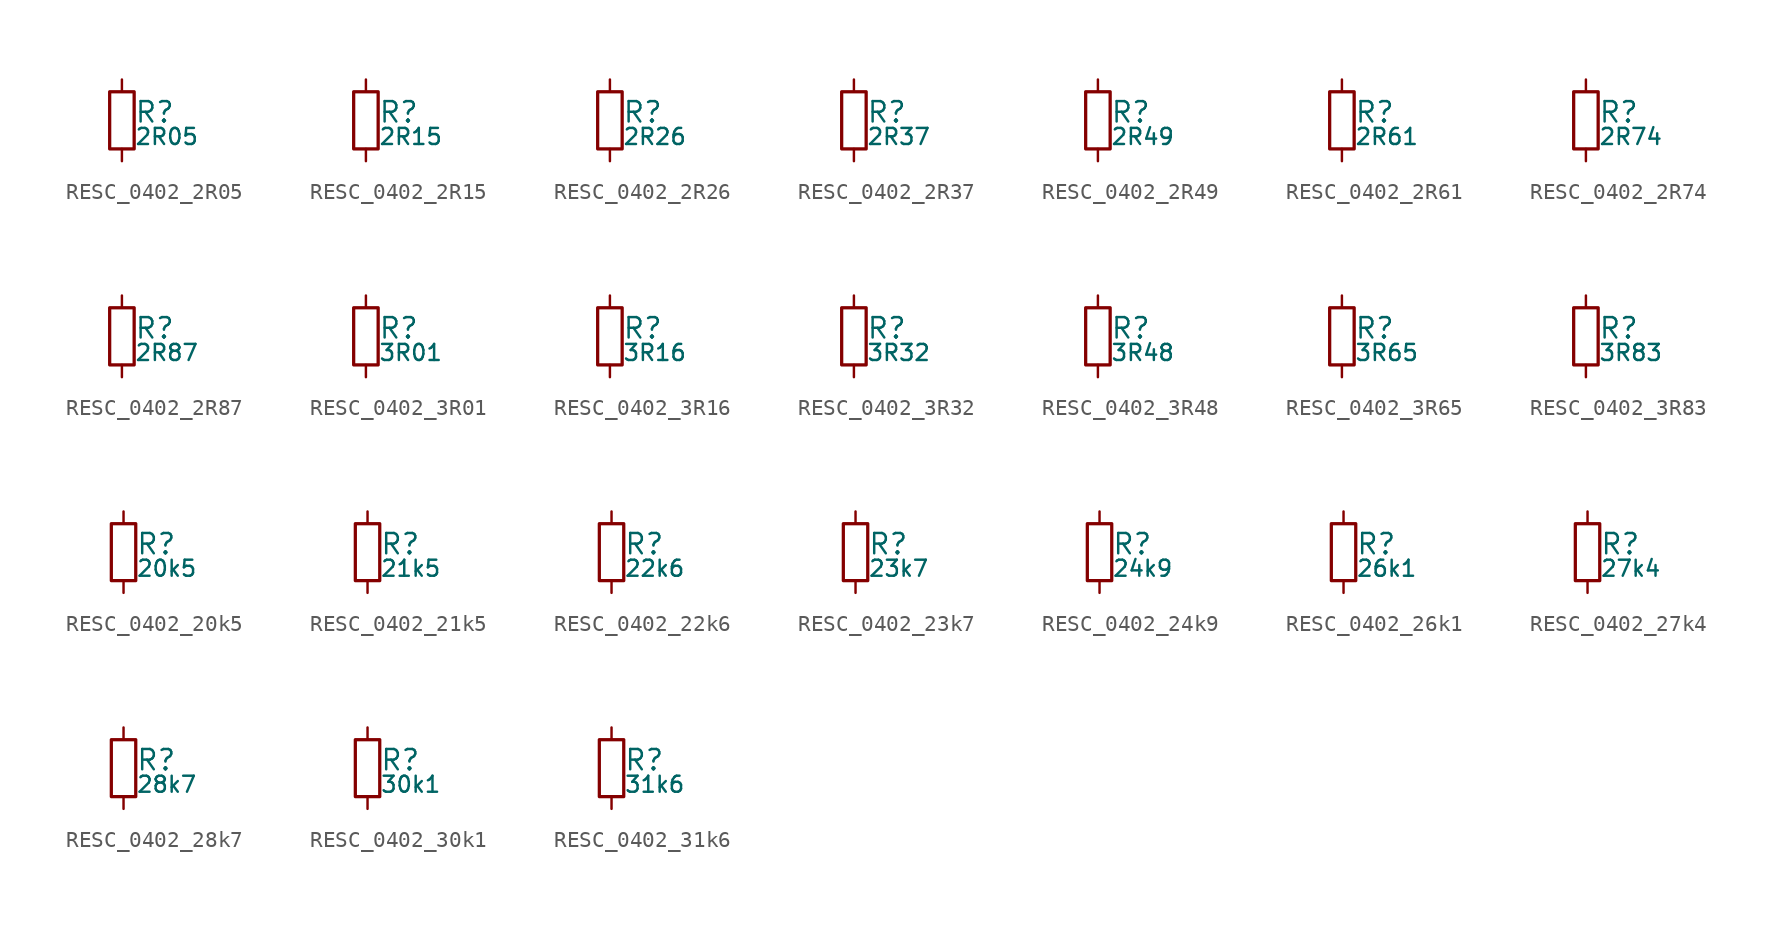
<source format=kicad_sym>
(kicad_symbol_lib
  (version 20211014)
  (generator kicad_LibGenerator)
  (symbol "RESC_0402_2R05"
    (pin_numbers hide)
    (pin_names
      (offset 0.254) hide)
    (property "Reference" "R"
      (at 0.762 0.508 0)
      (effects (font (size 1.27 1.27)) (justify left)))
    (property "Value" "2R05"
      (at 0.762 -1.016 0)
      (effects (font (size 1.00 1.00)) (justify left)))
    (symbol "RESC_0402_2R05_0_1"
      (rectangle (start -0.762 1.778) (end 0.762 -1.778) (stroke (width 0.203) (type default) (color 0 0 0 0)) (fill (type none))))
    (symbol "RESC_0402_2R05_1_1"
      (pin passive line (at 0 2.54 270) (length 0.762) (name "~" (effects (font (size 1.27 1.27)))) (number "1" (effects (font (size 1.27 1.27)))))
      (pin passive line (at 0 -2.54 90) (length 0.762) (name "~" (effects (font (size 1.27 1.27)))) (number "2" (effects (font (size 1.27 1.27)))))))
  (symbol "RESC_0402_2R15"
    (pin_numbers hide)
    (pin_names
      (offset 0.254) hide)
    (property "Reference" "R"
      (at 0.762 0.508 0)
      (effects (font (size 1.27 1.27)) (justify left)))
    (property "Value" "2R15"
      (at 0.762 -1.016 0)
      (effects (font (size 1.00 1.00)) (justify left)))
    (symbol "RESC_0402_2R15_0_1"
      (rectangle (start -0.762 1.778) (end 0.762 -1.778) (stroke (width 0.203) (type default) (color 0 0 0 0)) (fill (type none))))
    (symbol "RESC_0402_2R15_1_1"
      (pin passive line (at 0 2.54 270) (length 0.762) (name "~" (effects (font (size 1.27 1.27)))) (number "1" (effects (font (size 1.27 1.27)))))
      (pin passive line (at 0 -2.54 90) (length 0.762) (name "~" (effects (font (size 1.27 1.27)))) (number "2" (effects (font (size 1.27 1.27)))))))
  (symbol "RESC_0402_2R26"
    (pin_numbers hide)
    (pin_names
      (offset 0.254) hide)
    (property "Reference" "R"
      (at 0.762 0.508 0)
      (effects (font (size 1.27 1.27)) (justify left)))
    (property "Value" "2R26"
      (at 0.762 -1.016 0)
      (effects (font (size 1.00 1.00)) (justify left)))
    (symbol "RESC_0402_2R26_0_1"
      (rectangle (start -0.762 1.778) (end 0.762 -1.778) (stroke (width 0.203) (type default) (color 0 0 0 0)) (fill (type none))))
    (symbol "RESC_0402_2R26_1_1"
      (pin passive line (at 0 2.54 270) (length 0.762) (name "~" (effects (font (size 1.27 1.27)))) (number "1" (effects (font (size 1.27 1.27)))))
      (pin passive line (at 0 -2.54 90) (length 0.762) (name "~" (effects (font (size 1.27 1.27)))) (number "2" (effects (font (size 1.27 1.27)))))))
  (symbol "RESC_0402_2R37"
    (pin_numbers hide)
    (pin_names
      (offset 0.254) hide)
    (property "Reference" "R"
      (at 0.762 0.508 0)
      (effects (font (size 1.27 1.27)) (justify left)))
    (property "Value" "2R37"
      (at 0.762 -1.016 0)
      (effects (font (size 1.00 1.00)) (justify left)))
    (symbol "RESC_0402_2R37_0_1"
      (rectangle (start -0.762 1.778) (end 0.762 -1.778) (stroke (width 0.203) (type default) (color 0 0 0 0)) (fill (type none))))
    (symbol "RESC_0402_2R37_1_1"
      (pin passive line (at 0 2.54 270) (length 0.762) (name "~" (effects (font (size 1.27 1.27)))) (number "1" (effects (font (size 1.27 1.27)))))
      (pin passive line (at 0 -2.54 90) (length 0.762) (name "~" (effects (font (size 1.27 1.27)))) (number "2" (effects (font (size 1.27 1.27)))))))
  (symbol "RESC_0402_2R49"
    (pin_numbers hide)
    (pin_names
      (offset 0.254) hide)
    (property "Reference" "R"
      (at 0.762 0.508 0)
      (effects (font (size 1.27 1.27)) (justify left)))
    (property "Value" "2R49"
      (at 0.762 -1.016 0)
      (effects (font (size 1.00 1.00)) (justify left)))
    (symbol "RESC_0402_2R49_0_1"
      (rectangle (start -0.762 1.778) (end 0.762 -1.778) (stroke (width 0.203) (type default) (color 0 0 0 0)) (fill (type none))))
    (symbol "RESC_0402_2R49_1_1"
      (pin passive line (at 0 2.54 270) (length 0.762) (name "~" (effects (font (size 1.27 1.27)))) (number "1" (effects (font (size 1.27 1.27)))))
      (pin passive line (at 0 -2.54 90) (length 0.762) (name "~" (effects (font (size 1.27 1.27)))) (number "2" (effects (font (size 1.27 1.27)))))))
  (symbol "RESC_0402_2R61"
    (pin_numbers hide)
    (pin_names
      (offset 0.254) hide)
    (property "Reference" "R"
      (at 0.762 0.508 0)
      (effects (font (size 1.27 1.27)) (justify left)))
    (property "Value" "2R61"
      (at 0.762 -1.016 0)
      (effects (font (size 1.00 1.00)) (justify left)))
    (symbol "RESC_0402_2R61_0_1"
      (rectangle (start -0.762 1.778) (end 0.762 -1.778) (stroke (width 0.203) (type default) (color 0 0 0 0)) (fill (type none))))
    (symbol "RESC_0402_2R61_1_1"
      (pin passive line (at 0 2.54 270) (length 0.762) (name "~" (effects (font (size 1.27 1.27)))) (number "1" (effects (font (size 1.27 1.27)))))
      (pin passive line (at 0 -2.54 90) (length 0.762) (name "~" (effects (font (size 1.27 1.27)))) (number "2" (effects (font (size 1.27 1.27)))))))
  (symbol "RESC_0402_2R74"
    (pin_numbers hide)
    (pin_names
      (offset 0.254) hide)
    (property "Reference" "R"
      (at 0.762 0.508 0)
      (effects (font (size 1.27 1.27)) (justify left)))
    (property "Value" "2R74"
      (at 0.762 -1.016 0)
      (effects (font (size 1.00 1.00)) (justify left)))
    (symbol "RESC_0402_2R74_0_1"
      (rectangle (start -0.762 1.778) (end 0.762 -1.778) (stroke (width 0.203) (type default) (color 0 0 0 0)) (fill (type none))))
    (symbol "RESC_0402_2R74_1_1"
      (pin passive line (at 0 2.54 270) (length 0.762) (name "~" (effects (font (size 1.27 1.27)))) (number "1" (effects (font (size 1.27 1.27)))))
      (pin passive line (at 0 -2.54 90) (length 0.762) (name "~" (effects (font (size 1.27 1.27)))) (number "2" (effects (font (size 1.27 1.27)))))))
  (symbol "RESC_0402_2R87"
    (pin_numbers hide)
    (pin_names
      (offset 0.254) hide)
    (property "Reference" "R"
      (at 0.762 0.508 0)
      (effects (font (size 1.27 1.27)) (justify left)))
    (property "Value" "2R87"
      (at 0.762 -1.016 0)
      (effects (font (size 1.00 1.00)) (justify left)))
    (symbol "RESC_0402_2R87_0_1"
      (rectangle (start -0.762 1.778) (end 0.762 -1.778) (stroke (width 0.203) (type default) (color 0 0 0 0)) (fill (type none))))
    (symbol "RESC_0402_2R87_1_1"
      (pin passive line (at 0 2.54 270) (length 0.762) (name "~" (effects (font (size 1.27 1.27)))) (number "1" (effects (font (size 1.27 1.27)))))
      (pin passive line (at 0 -2.54 90) (length 0.762) (name "~" (effects (font (size 1.27 1.27)))) (number "2" (effects (font (size 1.27 1.27)))))))
  (symbol "RESC_0402_3R01"
    (pin_numbers hide)
    (pin_names
      (offset 0.254) hide)
    (property "Reference" "R"
      (at 0.762 0.508 0)
      (effects (font (size 1.27 1.27)) (justify left)))
    (property "Value" "3R01"
      (at 0.762 -1.016 0)
      (effects (font (size 1.00 1.00)) (justify left)))
    (symbol "RESC_0402_3R01_0_1"
      (rectangle (start -0.762 1.778) (end 0.762 -1.778) (stroke (width 0.203) (type default) (color 0 0 0 0)) (fill (type none))))
    (symbol "RESC_0402_3R01_1_1"
      (pin passive line (at 0 2.54 270) (length 0.762) (name "~" (effects (font (size 1.27 1.27)))) (number "1" (effects (font (size 1.27 1.27)))))
      (pin passive line (at 0 -2.54 90) (length 0.762) (name "~" (effects (font (size 1.27 1.27)))) (number "2" (effects (font (size 1.27 1.27)))))))
  (symbol "RESC_0402_3R16"
    (pin_numbers hide)
    (pin_names
      (offset 0.254) hide)
    (property "Reference" "R"
      (at 0.762 0.508 0)
      (effects (font (size 1.27 1.27)) (justify left)))
    (property "Value" "3R16"
      (at 0.762 -1.016 0)
      (effects (font (size 1.00 1.00)) (justify left)))
    (symbol "RESC_0402_3R16_0_1"
      (rectangle (start -0.762 1.778) (end 0.762 -1.778) (stroke (width 0.203) (type default) (color 0 0 0 0)) (fill (type none))))
    (symbol "RESC_0402_3R16_1_1"
      (pin passive line (at 0 2.54 270) (length 0.762) (name "~" (effects (font (size 1.27 1.27)))) (number "1" (effects (font (size 1.27 1.27)))))
      (pin passive line (at 0 -2.54 90) (length 0.762) (name "~" (effects (font (size 1.27 1.27)))) (number "2" (effects (font (size 1.27 1.27)))))))
  (symbol "RESC_0402_3R32"
    (pin_numbers hide)
    (pin_names
      (offset 0.254) hide)
    (property "Reference" "R"
      (at 0.762 0.508 0)
      (effects (font (size 1.27 1.27)) (justify left)))
    (property "Value" "3R32"
      (at 0.762 -1.016 0)
      (effects (font (size 1.00 1.00)) (justify left)))
    (symbol "RESC_0402_3R32_0_1"
      (rectangle (start -0.762 1.778) (end 0.762 -1.778) (stroke (width 0.203) (type default) (color 0 0 0 0)) (fill (type none))))
    (symbol "RESC_0402_3R32_1_1"
      (pin passive line (at 0 2.54 270) (length 0.762) (name "~" (effects (font (size 1.27 1.27)))) (number "1" (effects (font (size 1.27 1.27)))))
      (pin passive line (at 0 -2.54 90) (length 0.762) (name "~" (effects (font (size 1.27 1.27)))) (number "2" (effects (font (size 1.27 1.27)))))))
  (symbol "RESC_0402_3R48"
    (pin_numbers hide)
    (pin_names
      (offset 0.254) hide)
    (property "Reference" "R"
      (at 0.762 0.508 0)
      (effects (font (size 1.27 1.27)) (justify left)))
    (property "Value" "3R48"
      (at 0.762 -1.016 0)
      (effects (font (size 1.00 1.00)) (justify left)))
    (symbol "RESC_0402_3R48_0_1"
      (rectangle (start -0.762 1.778) (end 0.762 -1.778) (stroke (width 0.203) (type default) (color 0 0 0 0)) (fill (type none))))
    (symbol "RESC_0402_3R48_1_1"
      (pin passive line (at 0 2.54 270) (length 0.762) (name "~" (effects (font (size 1.27 1.27)))) (number "1" (effects (font (size 1.27 1.27)))))
      (pin passive line (at 0 -2.54 90) (length 0.762) (name "~" (effects (font (size 1.27 1.27)))) (number "2" (effects (font (size 1.27 1.27)))))))
  (symbol "RESC_0402_3R65"
    (pin_numbers hide)
    (pin_names
      (offset 0.254) hide)
    (property "Reference" "R"
      (at 0.762 0.508 0)
      (effects (font (size 1.27 1.27)) (justify left)))
    (property "Value" "3R65"
      (at 0.762 -1.016 0)
      (effects (font (size 1.00 1.00)) (justify left)))
    (symbol "RESC_0402_3R65_0_1"
      (rectangle (start -0.762 1.778) (end 0.762 -1.778) (stroke (width 0.203) (type default) (color 0 0 0 0)) (fill (type none))))
    (symbol "RESC_0402_3R65_1_1"
      (pin passive line (at 0 2.54 270) (length 0.762) (name "~" (effects (font (size 1.27 1.27)))) (number "1" (effects (font (size 1.27 1.27)))))
      (pin passive line (at 0 -2.54 90) (length 0.762) (name "~" (effects (font (size 1.27 1.27)))) (number "2" (effects (font (size 1.27 1.27)))))))
  (symbol "RESC_0402_3R83"
    (pin_numbers hide)
    (pin_names
      (offset 0.254) hide)
    (property "Reference" "R"
      (at 0.762 0.508 0)
      (effects (font (size 1.27 1.27)) (justify left)))
    (property "Value" "3R83"
      (at 0.762 -1.016 0)
      (effects (font (size 1.00 1.00)) (justify left)))
    (symbol "RESC_0402_3R83_0_1"
      (rectangle (start -0.762 1.778) (end 0.762 -1.778) (stroke (width 0.203) (type default) (color 0 0 0 0)) (fill (type none))))
    (symbol "RESC_0402_3R83_1_1"
      (pin passive line (at 0 2.54 270) (length 0.762) (name "~" (effects (font (size 1.27 1.27)))) (number "1" (effects (font (size 1.27 1.27)))))
      (pin passive line (at 0 -2.54 90) (length 0.762) (name "~" (effects (font (size 1.27 1.27)))) (number "2" (effects (font (size 1.27 1.27)))))))
  (symbol "RESC_0402_20k5"
    (pin_numbers hide)
    (pin_names
      (offset 0.254) hide)
    (property "Reference" "R"
      (at 0.762 0.508 0)
      (effects (font (size 1.27 1.27)) (justify left)))
    (property "Value" "20k5"
      (at 0.762 -1.016 0)
      (effects (font (size 1.00 1.00)) (justify left)))
    (symbol "RESC_0402_20k5_0_1"
      (rectangle (start -0.762 1.778) (end 0.762 -1.778) (stroke (width 0.203) (type default) (color 0 0 0 0)) (fill (type none))))
    (symbol "RESC_0402_20k5_1_1"
      (pin passive line (at 0 2.54 270) (length 0.762) (name "~" (effects (font (size 1.27 1.27)))) (number "1" (effects (font (size 1.27 1.27)))))
      (pin passive line (at 0 -2.54 90) (length 0.762) (name "~" (effects (font (size 1.27 1.27)))) (number "2" (effects (font (size 1.27 1.27)))))))
  (symbol "RESC_0402_21k5"
    (pin_numbers hide)
    (pin_names
      (offset 0.254) hide)
    (property "Reference" "R"
      (at 0.762 0.508 0)
      (effects (font (size 1.27 1.27)) (justify left)))
    (property "Value" "21k5"
      (at 0.762 -1.016 0)
      (effects (font (size 1.00 1.00)) (justify left)))
    (symbol "RESC_0402_21k5_0_1"
      (rectangle (start -0.762 1.778) (end 0.762 -1.778) (stroke (width 0.203) (type default) (color 0 0 0 0)) (fill (type none))))
    (symbol "RESC_0402_21k5_1_1"
      (pin passive line (at 0 2.54 270) (length 0.762) (name "~" (effects (font (size 1.27 1.27)))) (number "1" (effects (font (size 1.27 1.27)))))
      (pin passive line (at 0 -2.54 90) (length 0.762) (name "~" (effects (font (size 1.27 1.27)))) (number "2" (effects (font (size 1.27 1.27)))))))
  (symbol "RESC_0402_22k6"
    (pin_numbers hide)
    (pin_names
      (offset 0.254) hide)
    (property "Reference" "R"
      (at 0.762 0.508 0)
      (effects (font (size 1.27 1.27)) (justify left)))
    (property "Value" "22k6"
      (at 0.762 -1.016 0)
      (effects (font (size 1.00 1.00)) (justify left)))
    (symbol "RESC_0402_22k6_0_1"
      (rectangle (start -0.762 1.778) (end 0.762 -1.778) (stroke (width 0.203) (type default) (color 0 0 0 0)) (fill (type none))))
    (symbol "RESC_0402_22k6_1_1"
      (pin passive line (at 0 2.54 270) (length 0.762) (name "~" (effects (font (size 1.27 1.27)))) (number "1" (effects (font (size 1.27 1.27)))))
      (pin passive line (at 0 -2.54 90) (length 0.762) (name "~" (effects (font (size 1.27 1.27)))) (number "2" (effects (font (size 1.27 1.27)))))))
  (symbol "RESC_0402_23k7"
    (pin_numbers hide)
    (pin_names
      (offset 0.254) hide)
    (property "Reference" "R"
      (at 0.762 0.508 0)
      (effects (font (size 1.27 1.27)) (justify left)))
    (property "Value" "23k7"
      (at 0.762 -1.016 0)
      (effects (font (size 1.00 1.00)) (justify left)))
    (symbol "RESC_0402_23k7_0_1"
      (rectangle (start -0.762 1.778) (end 0.762 -1.778) (stroke (width 0.203) (type default) (color 0 0 0 0)) (fill (type none))))
    (symbol "RESC_0402_23k7_1_1"
      (pin passive line (at 0 2.54 270) (length 0.762) (name "~" (effects (font (size 1.27 1.27)))) (number "1" (effects (font (size 1.27 1.27)))))
      (pin passive line (at 0 -2.54 90) (length 0.762) (name "~" (effects (font (size 1.27 1.27)))) (number "2" (effects (font (size 1.27 1.27)))))))
  (symbol "RESC_0402_24k9"
    (pin_numbers hide)
    (pin_names
      (offset 0.254) hide)
    (property "Reference" "R"
      (at 0.762 0.508 0)
      (effects (font (size 1.27 1.27)) (justify left)))
    (property "Value" "24k9"
      (at 0.762 -1.016 0)
      (effects (font (size 1.00 1.00)) (justify left)))
    (symbol "RESC_0402_24k9_0_1"
      (rectangle (start -0.762 1.778) (end 0.762 -1.778) (stroke (width 0.203) (type default) (color 0 0 0 0)) (fill (type none))))
    (symbol "RESC_0402_24k9_1_1"
      (pin passive line (at 0 2.54 270) (length 0.762) (name "~" (effects (font (size 1.27 1.27)))) (number "1" (effects (font (size 1.27 1.27)))))
      (pin passive line (at 0 -2.54 90) (length 0.762) (name "~" (effects (font (size 1.27 1.27)))) (number "2" (effects (font (size 1.27 1.27)))))))
  (symbol "RESC_0402_26k1"
    (pin_numbers hide)
    (pin_names
      (offset 0.254) hide)
    (property "Reference" "R"
      (at 0.762 0.508 0)
      (effects (font (size 1.27 1.27)) (justify left)))
    (property "Value" "26k1"
      (at 0.762 -1.016 0)
      (effects (font (size 1.00 1.00)) (justify left)))
    (symbol "RESC_0402_26k1_0_1"
      (rectangle (start -0.762 1.778) (end 0.762 -1.778) (stroke (width 0.203) (type default) (color 0 0 0 0)) (fill (type none))))
    (symbol "RESC_0402_26k1_1_1"
      (pin passive line (at 0 2.54 270) (length 0.762) (name "~" (effects (font (size 1.27 1.27)))) (number "1" (effects (font (size 1.27 1.27)))))
      (pin passive line (at 0 -2.54 90) (length 0.762) (name "~" (effects (font (size 1.27 1.27)))) (number "2" (effects (font (size 1.27 1.27)))))))
  (symbol "RESC_0402_27k4"
    (pin_numbers hide)
    (pin_names
      (offset 0.254) hide)
    (property "Reference" "R"
      (at 0.762 0.508 0)
      (effects (font (size 1.27 1.27)) (justify left)))
    (property "Value" "27k4"
      (at 0.762 -1.016 0)
      (effects (font (size 1.00 1.00)) (justify left)))
    (symbol "RESC_0402_27k4_0_1"
      (rectangle (start -0.762 1.778) (end 0.762 -1.778) (stroke (width 0.203) (type default) (color 0 0 0 0)) (fill (type none))))
    (symbol "RESC_0402_27k4_1_1"
      (pin passive line (at 0 2.54 270) (length 0.762) (name "~" (effects (font (size 1.27 1.27)))) (number "1" (effects (font (size 1.27 1.27)))))
      (pin passive line (at 0 -2.54 90) (length 0.762) (name "~" (effects (font (size 1.27 1.27)))) (number "2" (effects (font (size 1.27 1.27)))))))
  (symbol "RESC_0402_28k7"
    (pin_numbers hide)
    (pin_names
      (offset 0.254) hide)
    (property "Reference" "R"
      (at 0.762 0.508 0)
      (effects (font (size 1.27 1.27)) (justify left)))
    (property "Value" "28k7"
      (at 0.762 -1.016 0)
      (effects (font (size 1.00 1.00)) (justify left)))
    (symbol "RESC_0402_28k7_0_1"
      (rectangle (start -0.762 1.778) (end 0.762 -1.778) (stroke (width 0.203) (type default) (color 0 0 0 0)) (fill (type none))))
    (symbol "RESC_0402_28k7_1_1"
      (pin passive line (at 0 2.54 270) (length 0.762) (name "~" (effects (font (size 1.27 1.27)))) (number "1" (effects (font (size 1.27 1.27)))))
      (pin passive line (at 0 -2.54 90) (length 0.762) (name "~" (effects (font (size 1.27 1.27)))) (number "2" (effects (font (size 1.27 1.27)))))))
  (symbol "RESC_0402_30k1"
    (pin_numbers hide)
    (pin_names
      (offset 0.254) hide)
    (property "Reference" "R"
      (at 0.762 0.508 0)
      (effects (font (size 1.27 1.27)) (justify left)))
    (property "Value" "30k1"
      (at 0.762 -1.016 0)
      (effects (font (size 1.00 1.00)) (justify left)))
    (symbol "RESC_0402_30k1_0_1"
      (rectangle (start -0.762 1.778) (end 0.762 -1.778) (stroke (width 0.203) (type default) (color 0 0 0 0)) (fill (type none))))
    (symbol "RESC_0402_30k1_1_1"
      (pin passive line (at 0 2.54 270) (length 0.762) (name "~" (effects (font (size 1.27 1.27)))) (number "1" (effects (font (size 1.27 1.27)))))
      (pin passive line (at 0 -2.54 90) (length 0.762) (name "~" (effects (font (size 1.27 1.27)))) (number "2" (effects (font (size 1.27 1.27)))))))
  (symbol "RESC_0402_31k6"
    (pin_numbers hide)
    (pin_names
      (offset 0.254) hide)
    (property "Reference" "R"
      (at 0.762 0.508 0)
      (effects (font (size 1.27 1.27)) (justify left)))
    (property "Value" "31k6"
      (at 0.762 -1.016 0)
      (effects (font (size 1.00 1.00)) (justify left)))
    (symbol "RESC_0402_31k6_0_1"
      (rectangle (start -0.762 1.778) (end 0.762 -1.778) (stroke (width 0.203) (type default) (color 0 0 0 0)) (fill (type none))))
    (symbol "RESC_0402_31k6_1_1"
      (pin passive line (at 0 2.54 270) (length 0.762) (name "~" (effects (font (size 1.27 1.27)))) (number "1" (effects (font (size 1.27 1.27)))))
      (pin passive line (at 0 -2.54 90) (length 0.762) (name "~" (effects (font (size 1.27 1.27)))) (number "2" (effects (font (size 1.27 1.27))))))))
</source>
